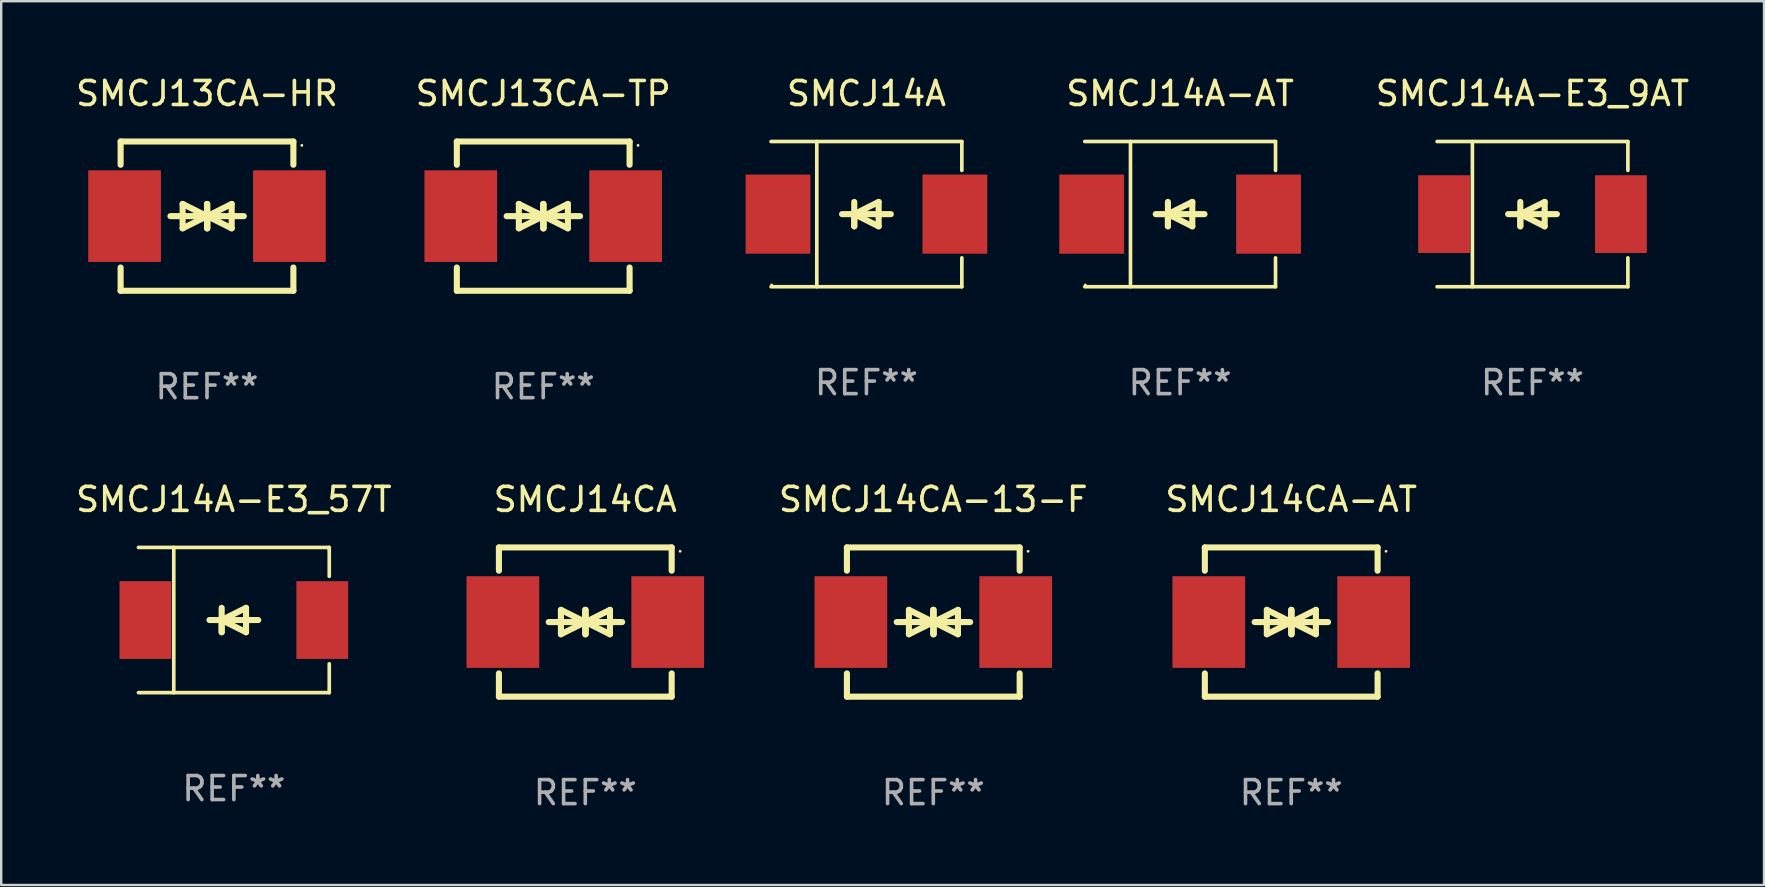
<source format=kicad_pcb>
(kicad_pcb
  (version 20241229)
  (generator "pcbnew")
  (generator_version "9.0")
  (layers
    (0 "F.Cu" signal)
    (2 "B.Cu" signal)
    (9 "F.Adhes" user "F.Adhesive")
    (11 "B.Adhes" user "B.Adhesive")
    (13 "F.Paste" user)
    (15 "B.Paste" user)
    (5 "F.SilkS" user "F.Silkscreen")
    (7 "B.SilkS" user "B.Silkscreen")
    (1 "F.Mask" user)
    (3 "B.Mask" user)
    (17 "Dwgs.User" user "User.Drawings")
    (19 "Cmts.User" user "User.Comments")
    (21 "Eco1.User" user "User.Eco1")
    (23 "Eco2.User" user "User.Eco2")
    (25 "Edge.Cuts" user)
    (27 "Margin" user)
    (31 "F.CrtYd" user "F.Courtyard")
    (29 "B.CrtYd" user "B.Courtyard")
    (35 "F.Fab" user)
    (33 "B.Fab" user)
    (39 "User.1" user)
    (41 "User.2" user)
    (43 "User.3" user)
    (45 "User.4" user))
  (footprint "SMCJ14CA"
    (layer "F.Cu")
    (at 21.343 22.875)
    (property "Reference" "SMCJ14CA" (at 0 -5.11 0) (layer "F.SilkS") (effects (font (size 1 1) (thickness 0.15))))
    (attr through_hole)
    (fp_line (start -3.6 -2.141) (end -3.6 -3.11) (stroke (width 0.254) (type solid)) (layer "F.SilkS"))
    (fp_line (start -3.6 3.11) (end -3.6 2.141) (stroke (width 0.254) (type solid)) (layer "F.SilkS"))
    (fp_line (start -1.524 0) (end 0.508 0) (stroke (width 0.254) (type solid)) (layer "F.SilkS"))
    (fp_line (start -1.016 -0.508) (end -1.016 0.508) (stroke (width 0.254) (type solid)) (layer "F.SilkS"))
    (fp_line (start -1.016 0.508) (end 0 0) (stroke (width 0.254) (type solid)) (layer "F.SilkS"))
    (fp_line (start 0 -0.508) (end 0 0.508) (stroke (width 0.254) (type solid)) (layer "F.SilkS"))
    (fp_line (start 0 0) (end -1.016 -0.508) (stroke (width 0.254) (type solid)) (layer "F.SilkS"))
    (fp_line (start 0 0) (end 0 -0.508) (stroke (width 0.254) (type solid)) (layer "F.SilkS"))
    (fp_line (start 0.012 0) (end 0.012 0.508) (stroke (width 0.254) (type solid)) (layer "F.SilkS"))
    (fp_line (start 0.012 0) (end 1.028 0.508) (stroke (width 0.254) (type solid)) (layer "F.SilkS"))
    (fp_line (start 0.012 0.508) (end 0.012 -0.508) (stroke (width 0.254) (type solid)) (layer "F.SilkS"))
    (fp_line (start 1.028 -0.508) (end 0.012 0) (stroke (width 0.254) (type solid)) (layer "F.SilkS"))
    (fp_line (start 1.028 0.508) (end 1.028 -0.508) (stroke (width 0.254) (type solid)) (layer "F.SilkS"))
    (fp_line (start 1.536 0) (end -0.496 0) (stroke (width 0.254) (type solid)) (layer "F.SilkS"))
    (fp_line (start 3.6 -3.11) (end -3.6 -3.11) (stroke (width 0.254) (type solid)) (layer "F.SilkS"))
    (fp_line (start 3.6 -2.141) (end 3.6 -3.11) (stroke (width 0.254) (type solid)) (layer "F.SilkS"))
    (fp_line (start 3.6 3.11) (end -3.6 3.11) (stroke (width 0.254) (type solid)) (layer "F.SilkS"))
    (fp_line (start 3.6 3.11) (end 3.6 2.141) (stroke (width 0.254) (type solid)) (layer "F.SilkS"))
    (fp_circle (center 3.952 -2.95) (end 3.982 -2.95) (stroke (width 0.06) (type solid)) (fill no) (layer "F.SilkS"))
    (fp_text user "REF**" (at 0 7.11 0) (layer "F.Fab") (effects (font (size 1 1) (thickness 0.15))))
    (pad "1" smd rect (at 3.435 0) (size 3.03 3.82) (layers "F.Cu" "F.Mask" "F.Paste"))
    (pad "2" smd rect (at -3.435 0) (size 3.03 3.82) (layers "F.Cu" "F.Mask" "F.Paste")))
  (footprint "SMCJ14CA-13-F"
    (layer "F.Cu")
    (at 35.846 22.875)
    (property "Reference" "SMCJ14CA-13-F" (at 0 -5.11 0) (layer "F.SilkS") (effects (font (size 1 1) (thickness 0.15))))
    (attr through_hole)
    (fp_line (start -3.6 -2.141) (end -3.6 -3.11) (stroke (width 0.254) (type solid)) (layer "F.SilkS"))
    (fp_line (start -3.6 3.11) (end -3.6 2.141) (stroke (width 0.254) (type solid)) (layer "F.SilkS"))
    (fp_line (start -1.524 0) (end 0.508 0) (stroke (width 0.254) (type solid)) (layer "F.SilkS"))
    (fp_line (start -1.016 -0.508) (end -1.016 0.508) (stroke (width 0.254) (type solid)) (layer "F.SilkS"))
    (fp_line (start -1.016 0.508) (end 0 0) (stroke (width 0.254) (type solid)) (layer "F.SilkS"))
    (fp_line (start 0 -0.508) (end 0 0.508) (stroke (width 0.254) (type solid)) (layer "F.SilkS"))
    (fp_line (start 0 0) (end -1.016 -0.508) (stroke (width 0.254) (type solid)) (layer "F.SilkS"))
    (fp_line (start 0 0) (end 0 -0.508) (stroke (width 0.254) (type solid)) (layer "F.SilkS"))
    (fp_line (start 0.012 0) (end 0.012 0.508) (stroke (width 0.254) (type solid)) (layer "F.SilkS"))
    (fp_line (start 0.012 0) (end 1.028 0.508) (stroke (width 0.254) (type solid)) (layer "F.SilkS"))
    (fp_line (start 0.012 0.508) (end 0.012 -0.508) (stroke (width 0.254) (type solid)) (layer "F.SilkS"))
    (fp_line (start 1.028 -0.508) (end 0.012 0) (stroke (width 0.254) (type solid)) (layer "F.SilkS"))
    (fp_line (start 1.028 0.508) (end 1.028 -0.508) (stroke (width 0.254) (type solid)) (layer "F.SilkS"))
    (fp_line (start 1.536 0) (end -0.496 0) (stroke (width 0.254) (type solid)) (layer "F.SilkS"))
    (fp_line (start 3.6 -3.11) (end -3.6 -3.11) (stroke (width 0.254) (type solid)) (layer "F.SilkS"))
    (fp_line (start 3.6 -2.141) (end 3.6 -3.11) (stroke (width 0.254) (type solid)) (layer "F.SilkS"))
    (fp_line (start 3.6 3.11) (end -3.6 3.11) (stroke (width 0.254) (type solid)) (layer "F.SilkS"))
    (fp_line (start 3.6 3.11) (end 3.6 2.141) (stroke (width 0.254) (type solid)) (layer "F.SilkS"))
    (fp_circle (center 3.952 -2.95) (end 3.982 -2.95) (stroke (width 0.06) (type solid)) (fill no) (layer "F.SilkS"))
    (fp_text user "REF**" (at 0 7.11 0) (layer "F.Fab") (effects (font (size 1 1) (thickness 0.15))))
    (pad "1" smd rect (at 3.435 0) (size 3.03 3.82) (layers "F.Cu" "F.Mask" "F.Paste"))
    (pad "2" smd rect (at -3.435 0) (size 3.03 3.82) (layers "F.Cu" "F.Mask" "F.Paste")))
  (footprint "SMCJ14A-E3_57T"
    (layer "F.Cu")
    (at 6.696 22.791)
    (property "Reference" "SMCJ14A-E3_57T" (at 0 -5.026 0) (layer "F.SilkS") (effects (font (size 1 1) (thickness 0.15))))
    (attr through_hole)
    (fp_line (start -3.976 -3.026) (end 3.976 -3.026) (stroke (width 0.152) (type solid)) (layer "F.SilkS"))
    (fp_line (start -3.976 3.026) (end 3.976 3.026) (stroke (width 0.152) (type solid)) (layer "F.SilkS"))
    (fp_line (start -2.504 -3.026) (end -2.504 3.026) (stroke (width 0.152) (type solid)) (layer "F.SilkS"))
    (fp_line (start -0.508 0) (end -0.508 0.508) (stroke (width 0.254) (type solid)) (layer "F.SilkS"))
    (fp_line (start -0.508 0) (end 0.508 0.508) (stroke (width 0.254) (type solid)) (layer "F.SilkS"))
    (fp_line (start -0.508 0.508) (end -0.508 -0.508) (stroke (width 0.254) (type solid)) (layer "F.SilkS"))
    (fp_line (start 0.508 -0.508) (end -0.508 0) (stroke (width 0.254) (type solid)) (layer "F.SilkS"))
    (fp_line (start 0.508 0.508) (end 0.508 -0.508) (stroke (width 0.254) (type solid)) (layer "F.SilkS"))
    (fp_line (start 1.016 0) (end -1.016 0) (stroke (width 0.254) (type solid)) (layer "F.SilkS"))
    (fp_line (start 3.976 -3.026) (end 3.976 -1.823) (stroke (width 0.152) (type solid)) (layer "F.SilkS"))
    (fp_line (start 3.976 3.026) (end 3.976 1.823) (stroke (width 0.152) (type solid)) (layer "F.SilkS"))
    (fp_circle (center 3.95 -2.95) (end 3.98 -2.95) (stroke (width 0.06) (type solid)) (fill no) (layer "F.SilkS"))
    (fp_text user "REF**" (at 0 7.026 0) (layer "F.Fab") (effects (font (size 1 1) (thickness 0.15))))
    (pad "1" smd rect (at 3.686 0 180) (size 2.158 3.24) (layers "F.Cu" "F.Mask" "F.Paste"))
    (pad "2" smd rect (at -3.686 0 180) (size 2.158 3.24) (layers "F.Cu" "F.Mask" "F.Paste")))
  (footprint "SMCJ14A"
    (layer "F.Cu")
    (at 33.06 5.874)
    (property "Reference" "SMCJ14A" (at 0 -5.026 0) (layer "F.SilkS") (effects (font (size 1 1) (thickness 0.15))))
    (attr through_hole)
    (fp_line (start -3.976 -3.026) (end 3.976 -3.026) (stroke (width 0.152) (type solid)) (layer "F.SilkS"))
    (fp_line (start -3.976 3.026) (end 3.976 3.026) (stroke (width 0.152) (type solid)) (layer "F.SilkS"))
    (fp_line (start -2.069 -3.026) (end -2.069 3.026) (stroke (width 0.152) (type solid)) (layer "F.SilkS"))
    (fp_line (start -0.508 0) (end -0.508 0.508) (stroke (width 0.254) (type solid)) (layer "F.SilkS"))
    (fp_line (start -0.508 0) (end 0.508 0.508) (stroke (width 0.254) (type solid)) (layer "F.SilkS"))
    (fp_line (start -0.508 0.508) (end -0.508 -0.508) (stroke (width 0.254) (type solid)) (layer "F.SilkS"))
    (fp_line (start 0.508 -0.508) (end -0.508 0) (stroke (width 0.254) (type solid)) (layer "F.SilkS"))
    (fp_line (start 0.508 0.508) (end 0.508 -0.508) (stroke (width 0.254) (type solid)) (layer "F.SilkS"))
    (fp_line (start 1.016 0) (end -1.016 0) (stroke (width 0.254) (type solid)) (layer "F.SilkS"))
    (fp_line (start 3.976 -3.026) (end 3.976 -1.823) (stroke (width 0.152) (type solid)) (layer "F.SilkS"))
    (fp_line (start 3.976 3.026) (end 3.976 1.823) (stroke (width 0.152) (type solid)) (layer "F.SilkS"))
    (fp_circle (center -3.95 2.95) (end -3.92 2.95) (stroke (width 0.06) (type solid)) (fill no) (layer "F.SilkS"))
    (fp_text user "REF**" (at 0 7.026 0) (layer "F.Fab") (effects (font (size 1 1) (thickness 0.15))))
    (pad "1" smd rect (at -3.686 0) (size 2.7 3.3) (layers "F.Cu" "F.Mask" "F.Paste"))
    (pad "2" smd rect (at 3.686 0) (size 2.7 3.3) (layers "F.Cu" "F.Mask" "F.Paste")))
  (footprint "SMCJ14A-E3_9AT"
    (layer "F.Cu")
    (at 60.818 5.874)
    (property "Reference" "SMCJ14A-E3_9AT" (at 0 -5.026 0) (layer "F.SilkS") (effects (font (size 1 1) (thickness 0.15))))
    (attr through_hole)
    (fp_line (start -3.976 -3.026) (end 3.976 -3.026) (stroke (width 0.152) (type solid)) (layer "F.SilkS"))
    (fp_line (start -3.976 3.026) (end 3.976 3.026) (stroke (width 0.152) (type solid)) (layer "F.SilkS"))
    (fp_line (start -2.504 -3.026) (end -2.504 3.026) (stroke (width 0.152) (type solid)) (layer "F.SilkS"))
    (fp_line (start -0.508 0) (end -0.508 0.508) (stroke (width 0.254) (type solid)) (layer "F.SilkS"))
    (fp_line (start -0.508 0) (end 0.508 0.508) (stroke (width 0.254) (type solid)) (layer "F.SilkS"))
    (fp_line (start -0.508 0.508) (end -0.508 -0.508) (stroke (width 0.254) (type solid)) (layer "F.SilkS"))
    (fp_line (start 0.508 -0.508) (end -0.508 0) (stroke (width 0.254) (type solid)) (layer "F.SilkS"))
    (fp_line (start 0.508 0.508) (end 0.508 -0.508) (stroke (width 0.254) (type solid)) (layer "F.SilkS"))
    (fp_line (start 1.016 0) (end -1.016 0) (stroke (width 0.254) (type solid)) (layer "F.SilkS"))
    (fp_line (start 3.976 -3.026) (end 3.976 -1.823) (stroke (width 0.152) (type solid)) (layer "F.SilkS"))
    (fp_line (start 3.976 3.026) (end 3.976 1.823) (stroke (width 0.152) (type solid)) (layer "F.SilkS"))
    (fp_circle (center 3.95 -2.95) (end 3.98 -2.95) (stroke (width 0.06) (type solid)) (fill no) (layer "F.SilkS"))
    (fp_text user "REF**" (at 0 7.026 0) (layer "F.Fab") (effects (font (size 1 1) (thickness 0.15))))
    (pad "1" smd rect (at 3.686 0 180) (size 2.158 3.24) (layers "F.Cu" "F.Mask" "F.Paste"))
    (pad "2" smd rect (at -3.686 0 180) (size 2.158 3.24) (layers "F.Cu" "F.Mask" "F.Paste")))
  (footprint "SMCJ13CA-HR"
    (layer "F.Cu")
    (at 5.577 5.958)
    (property "Reference" "SMCJ13CA-HR" (at 0 -5.11 0) (layer "F.SilkS") (effects (font (size 1 1) (thickness 0.15))))
    (attr through_hole)
    (fp_line (start -3.6 -2.141) (end -3.6 -3.11) (stroke (width 0.254) (type solid)) (layer "F.SilkS"))
    (fp_line (start -3.6 3.11) (end -3.6 2.141) (stroke (width 0.254) (type solid)) (layer "F.SilkS"))
    (fp_line (start -1.524 0) (end 0.508 0) (stroke (width 0.254) (type solid)) (layer "F.SilkS"))
    (fp_line (start -1.016 -0.508) (end -1.016 0.508) (stroke (width 0.254) (type solid)) (layer "F.SilkS"))
    (fp_line (start -1.016 0.508) (end 0 0) (stroke (width 0.254) (type solid)) (layer "F.SilkS"))
    (fp_line (start 0 -0.508) (end 0 0.508) (stroke (width 0.254) (type solid)) (layer "F.SilkS"))
    (fp_line (start 0 0) (end -1.016 -0.508) (stroke (width 0.254) (type solid)) (layer "F.SilkS"))
    (fp_line (start 0 0) (end 0 -0.508) (stroke (width 0.254) (type solid)) (layer "F.SilkS"))
    (fp_line (start 0.012 0) (end 0.012 0.508) (stroke (width 0.254) (type solid)) (layer "F.SilkS"))
    (fp_line (start 0.012 0) (end 1.028 0.508) (stroke (width 0.254) (type solid)) (layer "F.SilkS"))
    (fp_line (start 0.012 0.508) (end 0.012 -0.508) (stroke (width 0.254) (type solid)) (layer "F.SilkS"))
    (fp_line (start 1.028 -0.508) (end 0.012 0) (stroke (width 0.254) (type solid)) (layer "F.SilkS"))
    (fp_line (start 1.028 0.508) (end 1.028 -0.508) (stroke (width 0.254) (type solid)) (layer "F.SilkS"))
    (fp_line (start 1.536 0) (end -0.496 0) (stroke (width 0.254) (type solid)) (layer "F.SilkS"))
    (fp_line (start 3.6 -3.11) (end -3.6 -3.11) (stroke (width 0.254) (type solid)) (layer "F.SilkS"))
    (fp_line (start 3.6 -2.141) (end 3.6 -3.11) (stroke (width 0.254) (type solid)) (layer "F.SilkS"))
    (fp_line (start 3.6 3.11) (end -3.6 3.11) (stroke (width 0.254) (type solid)) (layer "F.SilkS"))
    (fp_line (start 3.6 3.11) (end 3.6 2.141) (stroke (width 0.254) (type solid)) (layer "F.SilkS"))
    (fp_circle (center 3.952 -2.95) (end 3.982 -2.95) (stroke (width 0.06) (type solid)) (fill no) (layer "F.SilkS"))
    (fp_text user "REF**" (at 0 7.11 0) (layer "F.Fab") (effects (font (size 1 1) (thickness 0.15))))
    (pad "1" smd rect (at 3.435 0) (size 3.03 3.82) (layers "F.Cu" "F.Mask" "F.Paste"))
    (pad "2" smd rect (at -3.435 0) (size 3.03 3.82) (layers "F.Cu" "F.Mask" "F.Paste")))
  (footprint "SMCJ14A-AT"
    (layer "F.Cu")
    (at 46.133 5.874)
    (property "Reference" "SMCJ14A-AT" (at 0 -5.026 0) (layer "F.SilkS") (effects (font (size 1 1) (thickness 0.15))))
    (attr through_hole)
    (fp_line (start -3.976 -3.026) (end 3.976 -3.026) (stroke (width 0.152) (type solid)) (layer "F.SilkS"))
    (fp_line (start -3.976 3.026) (end 3.976 3.026) (stroke (width 0.152) (type solid)) (layer "F.SilkS"))
    (fp_line (start -2.069 -3.026) (end -2.069 3.026) (stroke (width 0.152) (type solid)) (layer "F.SilkS"))
    (fp_line (start -0.508 0) (end -0.508 0.508) (stroke (width 0.254) (type solid)) (layer "F.SilkS"))
    (fp_line (start -0.508 0) (end 0.508 0.508) (stroke (width 0.254) (type solid)) (layer "F.SilkS"))
    (fp_line (start -0.508 0.508) (end -0.508 -0.508) (stroke (width 0.254) (type solid)) (layer "F.SilkS"))
    (fp_line (start 0.508 -0.508) (end -0.508 0) (stroke (width 0.254) (type solid)) (layer "F.SilkS"))
    (fp_line (start 0.508 0.508) (end 0.508 -0.508) (stroke (width 0.254) (type solid)) (layer "F.SilkS"))
    (fp_line (start 1.016 0) (end -1.016 0) (stroke (width 0.254) (type solid)) (layer "F.SilkS"))
    (fp_line (start 3.976 -3.026) (end 3.976 -1.823) (stroke (width 0.152) (type solid)) (layer "F.SilkS"))
    (fp_line (start 3.976 3.026) (end 3.976 1.823) (stroke (width 0.152) (type solid)) (layer "F.SilkS"))
    (fp_circle (center -3.95 2.95) (end -3.92 2.95) (stroke (width 0.06) (type solid)) (fill no) (layer "F.SilkS"))
    (fp_text user "REF**" (at 0 7.026 0) (layer "F.Fab") (effects (font (size 1 1) (thickness 0.15))))
    (pad "1" smd rect (at -3.686 0) (size 2.7 3.3) (layers "F.Cu" "F.Mask" "F.Paste"))
    (pad "2" smd rect (at 3.686 0) (size 2.7 3.3) (layers "F.Cu" "F.Mask" "F.Paste")))
  (footprint "SMCJ13CA-TP"
    (layer "F.Cu")
    (at 19.589 5.958)
    (property "Reference" "SMCJ13CA-TP" (at 0 -5.11 0) (layer "F.SilkS") (effects (font (size 1 1) (thickness 0.15))))
    (attr through_hole)
    (fp_line (start -3.6 -2.141) (end -3.6 -3.11) (stroke (width 0.254) (type solid)) (layer "F.SilkS"))
    (fp_line (start -3.6 3.11) (end -3.6 2.141) (stroke (width 0.254) (type solid)) (layer "F.SilkS"))
    (fp_line (start -1.524 0) (end 0.508 0) (stroke (width 0.254) (type solid)) (layer "F.SilkS"))
    (fp_line (start -1.016 -0.508) (end -1.016 0.508) (stroke (width 0.254) (type solid)) (layer "F.SilkS"))
    (fp_line (start -1.016 0.508) (end 0 0) (stroke (width 0.254) (type solid)) (layer "F.SilkS"))
    (fp_line (start 0 -0.508) (end 0 0.508) (stroke (width 0.254) (type solid)) (layer "F.SilkS"))
    (fp_line (start 0 0) (end -1.016 -0.508) (stroke (width 0.254) (type solid)) (layer "F.SilkS"))
    (fp_line (start 0 0) (end 0 -0.508) (stroke (width 0.254) (type solid)) (layer "F.SilkS"))
    (fp_line (start 0.012 0) (end 0.012 0.508) (stroke (width 0.254) (type solid)) (layer "F.SilkS"))
    (fp_line (start 0.012 0) (end 1.028 0.508) (stroke (width 0.254) (type solid)) (layer "F.SilkS"))
    (fp_line (start 0.012 0.508) (end 0.012 -0.508) (stroke (width 0.254) (type solid)) (layer "F.SilkS"))
    (fp_line (start 1.028 -0.508) (end 0.012 0) (stroke (width 0.254) (type solid)) (layer "F.SilkS"))
    (fp_line (start 1.028 0.508) (end 1.028 -0.508) (stroke (width 0.254) (type solid)) (layer "F.SilkS"))
    (fp_line (start 1.536 0) (end -0.496 0) (stroke (width 0.254) (type solid)) (layer "F.SilkS"))
    (fp_line (start 3.6 -3.11) (end -3.6 -3.11) (stroke (width 0.254) (type solid)) (layer "F.SilkS"))
    (fp_line (start 3.6 -2.141) (end 3.6 -3.11) (stroke (width 0.254) (type solid)) (layer "F.SilkS"))
    (fp_line (start 3.6 3.11) (end -3.6 3.11) (stroke (width 0.254) (type solid)) (layer "F.SilkS"))
    (fp_line (start 3.6 3.11) (end 3.6 2.141) (stroke (width 0.254) (type solid)) (layer "F.SilkS"))
    (fp_circle (center 3.952 -2.95) (end 3.982 -2.95) (stroke (width 0.06) (type solid)) (fill no) (layer "F.SilkS"))
    (fp_text user "REF**" (at 0 7.11 0) (layer "F.Fab") (effects (font (size 1 1) (thickness 0.15))))
    (pad "1" smd rect (at 3.435 0) (size 3.03 3.82) (layers "F.Cu" "F.Mask" "F.Paste"))
    (pad "2" smd rect (at -3.435 0) (size 3.03 3.82) (layers "F.Cu" "F.Mask" "F.Paste")))
  (footprint "SMCJ14CA-AT"
    (layer "F.Cu")
    (at 50.763 22.875)
    (property "Reference" "SMCJ14CA-AT" (at 0 -5.11 0) (layer "F.SilkS") (effects (font (size 1 1) (thickness 0.15))))
    (attr through_hole)
    (fp_line (start -3.6 -2.141) (end -3.6 -3.11) (stroke (width 0.254) (type solid)) (layer "F.SilkS"))
    (fp_line (start -3.6 3.11) (end -3.6 2.141) (stroke (width 0.254) (type solid)) (layer "F.SilkS"))
    (fp_line (start -1.524 0) (end 0.508 0) (stroke (width 0.254) (type solid)) (layer "F.SilkS"))
    (fp_line (start -1.016 -0.508) (end -1.016 0.508) (stroke (width 0.254) (type solid)) (layer "F.SilkS"))
    (fp_line (start -1.016 0.508) (end 0 0) (stroke (width 0.254) (type solid)) (layer "F.SilkS"))
    (fp_line (start 0 -0.508) (end 0 0.508) (stroke (width 0.254) (type solid)) (layer "F.SilkS"))
    (fp_line (start 0 0) (end -1.016 -0.508) (stroke (width 0.254) (type solid)) (layer "F.SilkS"))
    (fp_line (start 0 0) (end 0 -0.508) (stroke (width 0.254) (type solid)) (layer "F.SilkS"))
    (fp_line (start 0.012 0) (end 0.012 0.508) (stroke (width 0.254) (type solid)) (layer "F.SilkS"))
    (fp_line (start 0.012 0) (end 1.028 0.508) (stroke (width 0.254) (type solid)) (layer "F.SilkS"))
    (fp_line (start 0.012 0.508) (end 0.012 -0.508) (stroke (width 0.254) (type solid)) (layer "F.SilkS"))
    (fp_line (start 1.028 -0.508) (end 0.012 0) (stroke (width 0.254) (type solid)) (layer "F.SilkS"))
    (fp_line (start 1.028 0.508) (end 1.028 -0.508) (stroke (width 0.254) (type solid)) (layer "F.SilkS"))
    (fp_line (start 1.536 0) (end -0.496 0) (stroke (width 0.254) (type solid)) (layer "F.SilkS"))
    (fp_line (start 3.6 -3.11) (end -3.6 -3.11) (stroke (width 0.254) (type solid)) (layer "F.SilkS"))
    (fp_line (start 3.6 -2.141) (end 3.6 -3.11) (stroke (width 0.254) (type solid)) (layer "F.SilkS"))
    (fp_line (start 3.6 3.11) (end -3.6 3.11) (stroke (width 0.254) (type solid)) (layer "F.SilkS"))
    (fp_line (start 3.6 3.11) (end 3.6 2.141) (stroke (width 0.254) (type solid)) (layer "F.SilkS"))
    (fp_circle (center 3.952 -2.95) (end 3.982 -2.95) (stroke (width 0.06) (type solid)) (fill no) (layer "F.SilkS"))
    (fp_text user "REF**" (at 0 7.11 0) (layer "F.Fab") (effects (font (size 1 1) (thickness 0.15))))
    (pad "1" smd rect (at 3.435 0) (size 3.03 3.82) (layers "F.Cu" "F.Mask" "F.Paste"))
    (pad "2" smd rect (at -3.435 0) (size 3.03 3.82) (layers "F.Cu" "F.Mask" "F.Paste")))
  (gr_rect
    (start -3 -3)
    (end 70.467 33.833)
    (stroke (width 0.1) (type default))
    (fill no)
    (layer "Edge.Cuts")))
</source>
